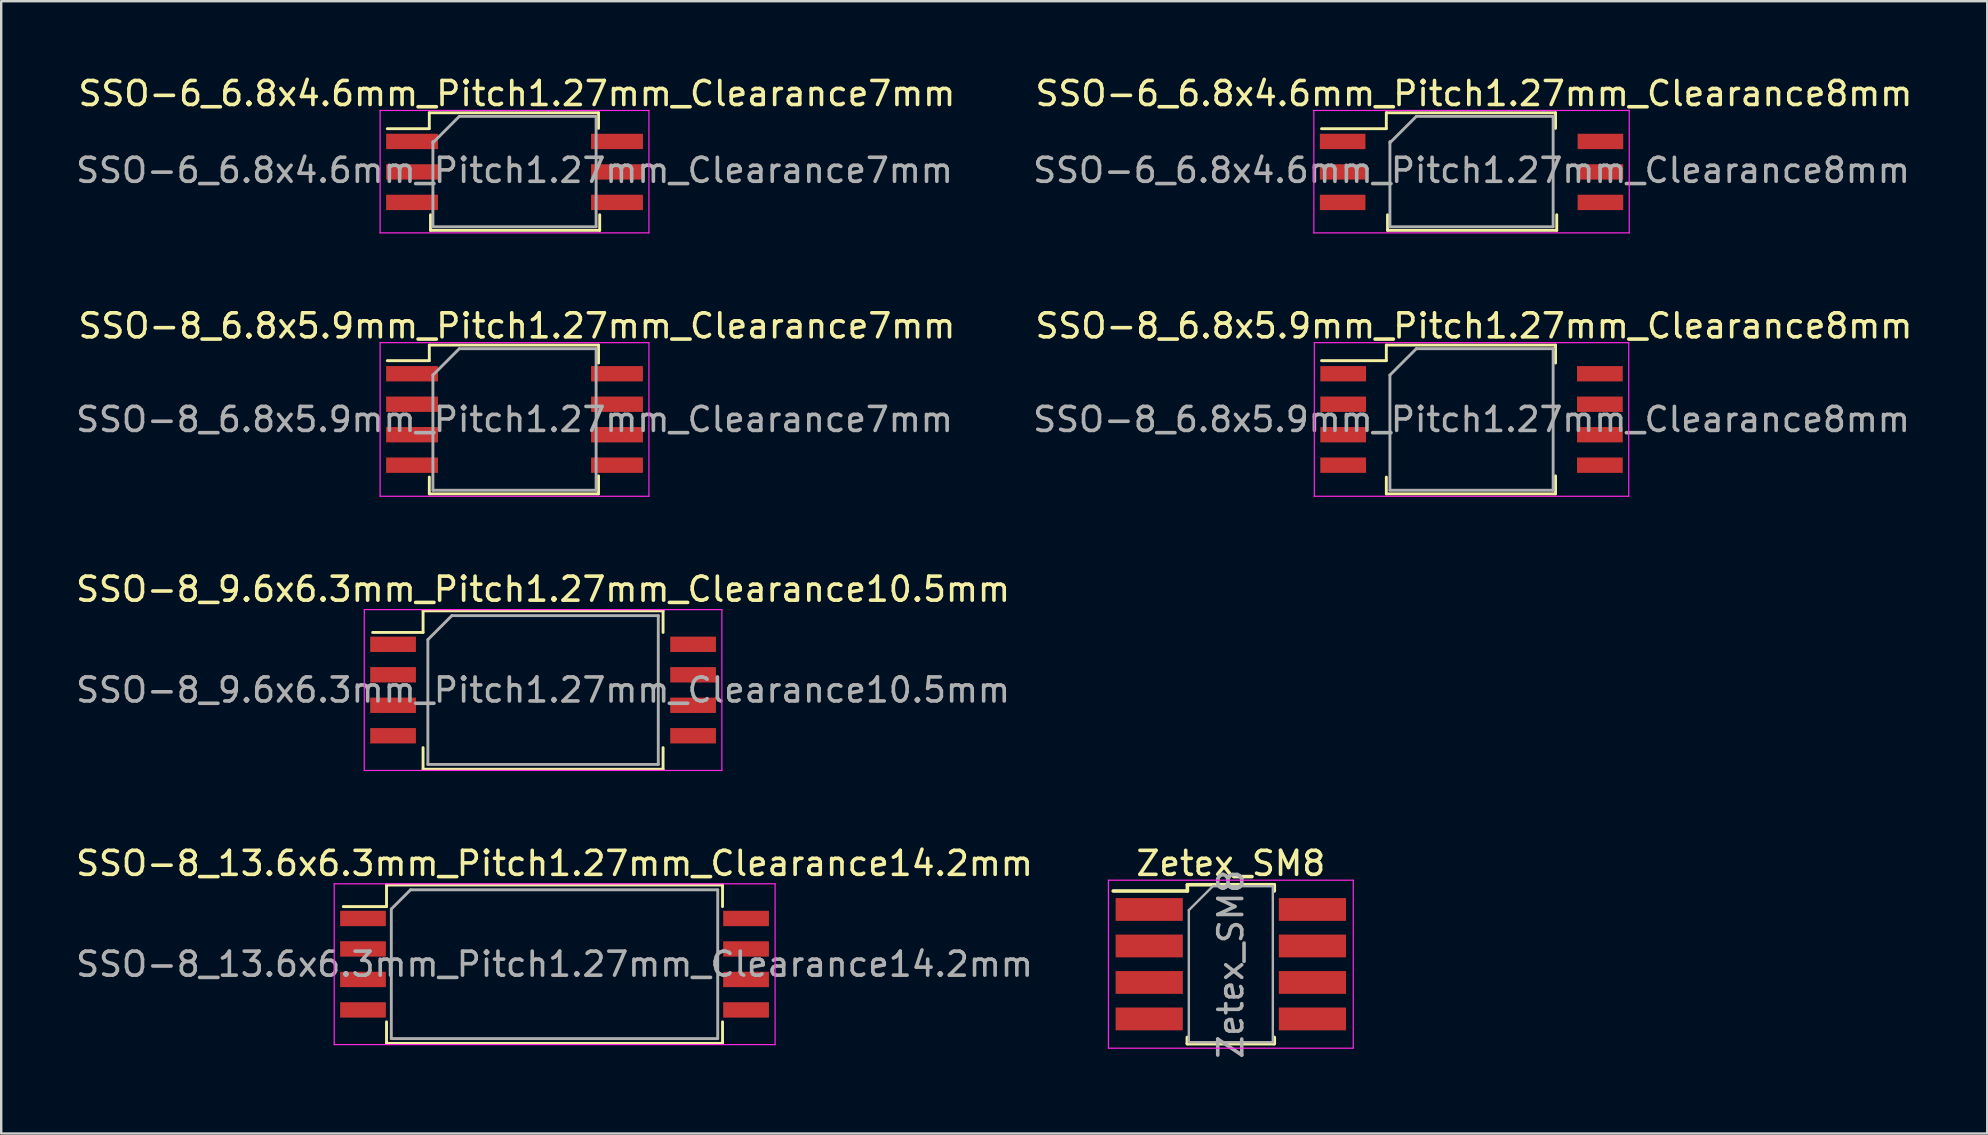
<source format=kicad_pcb>
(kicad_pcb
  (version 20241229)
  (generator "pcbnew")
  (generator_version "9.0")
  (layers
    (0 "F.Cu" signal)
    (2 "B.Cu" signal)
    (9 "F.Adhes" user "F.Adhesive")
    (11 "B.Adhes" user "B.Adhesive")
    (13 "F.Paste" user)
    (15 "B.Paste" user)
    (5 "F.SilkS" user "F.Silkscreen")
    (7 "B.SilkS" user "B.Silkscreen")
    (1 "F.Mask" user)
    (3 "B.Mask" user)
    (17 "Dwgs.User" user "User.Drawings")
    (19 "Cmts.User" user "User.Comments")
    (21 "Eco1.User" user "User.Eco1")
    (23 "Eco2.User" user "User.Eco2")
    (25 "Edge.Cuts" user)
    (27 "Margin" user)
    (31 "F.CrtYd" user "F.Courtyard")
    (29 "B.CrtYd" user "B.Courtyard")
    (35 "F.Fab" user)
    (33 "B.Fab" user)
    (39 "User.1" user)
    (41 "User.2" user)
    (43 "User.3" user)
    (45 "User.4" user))
  (footprint "SSO-6_6.8x4.6mm_Pitch1.27mm_Clearance7mm"
    (layer "F.Cu")
    (at 18.387 4.113)
    (property "Reference" "SSO-6_6.8x4.6mm_Pitch1.27mm_Clearance7mm" (at 0.1 -3.265 0) (layer "F.SilkS") (effects (font (size 1 1) (thickness 0.15))))
    (attr smd)
    (fp_line (start -3.55 -2.465) (end -3.55 -1.815) (stroke (width 0.12) (type solid)) (layer "F.SilkS"))
    (fp_line (start -3.55 -1.8) (end -5.3 -1.8) (stroke (width 0.12) (type solid)) (layer "F.SilkS"))
    (fp_line (start -3.5 1.785) (end -3.5 2.435) (stroke (width 0.12) (type solid)) (layer "F.SilkS"))
    (fp_line (start -3.5 2.435) (end 3.55 2.435) (stroke (width 0.12) (type solid)) (layer "F.SilkS"))
    (fp_line (start 3.5 -2.465) (end -3.55 -2.465) (stroke (width 0.12) (type solid)) (layer "F.SilkS"))
    (fp_line (start 3.5 -2.465) (end 3.5 -1.815) (stroke (width 0.12) (type solid)) (layer "F.SilkS"))
    (fp_line (start 3.55 1.785) (end 3.55 2.435) (stroke (width 0.12) (type solid)) (layer "F.SilkS"))
    (fp_line (start -5.6 -2.56) (end -5.6 2.54) (stroke (width 0.05) (type solid)) (layer "F.CrtYd"))
    (fp_line (start -5.6 -2.56) (end 5.6 -2.56) (stroke (width 0.05) (type solid)) (layer "F.CrtYd"))
    (fp_line (start 5.6 2.54) (end -5.6 2.54) (stroke (width 0.05) (type solid)) (layer "F.CrtYd"))
    (fp_line (start 5.6 2.54) (end 5.6 -2.56) (stroke (width 0.05) (type solid)) (layer "F.CrtYd"))
    (fp_line (start -3.4 2.285) (end -3.4 -1.265) (stroke (width 0.12) (type solid)) (layer "F.Fab"))
    (fp_line (start -2.3 -2.315) (end -3.4 -1.215) (stroke (width 0.12) (type solid)) (layer "F.Fab"))
    (fp_line (start 3.4 -2.315) (end -2.3 -2.315) (stroke (width 0.12) (type solid)) (layer "F.Fab"))
    (fp_line (start 3.4 -2.315) (end 3.4 2.285) (stroke (width 0.12) (type solid)) (layer "F.Fab"))
    (fp_line (start 3.4 2.285) (end -3.4 2.285) (stroke (width 0.12) (type solid)) (layer "F.Fab"))
    (fp_text user "${REFERENCE}" (at 0 -0.065 0) (layer "F.Fab") (effects (font (size 1 1) (thickness 0.15))))
    (pad "1" smd rect (at -4.27 -1.27) (size 2.16 0.64) (layers "F.Cu" "F.Mask" "F.Paste"))
    (pad "2" smd rect (at -4.27 0) (size 2.16 0.64) (layers "F.Cu" "F.Mask" "F.Paste"))
    (pad "3" smd rect (at -4.27 1.27) (size 2.16 0.64) (layers "F.Cu" "F.Mask" "F.Paste"))
    (pad "4" smd rect (at 4.27 1.27) (size 2.16 0.64) (layers "F.Cu" "F.Mask" "F.Paste"))
    (pad "5" smd rect (at 4.27 0) (size 2.16 0.64) (layers "F.Cu" "F.Mask" "F.Paste"))
    (pad "6" smd rect (at 4.27 -1.27) (size 2.16 0.64) (layers "F.Cu" "F.Mask" "F.Paste")))
  (footprint "SSO-6_6.8x4.6mm_Pitch1.27mm_Clearance8mm"
    (layer "F.Cu")
    (at 58.261 4.113)
    (property "Reference" "SSO-6_6.8x4.6mm_Pitch1.27mm_Clearance8mm" (at 0.1 -3.265 0) (layer "F.SilkS") (effects (font (size 1 1) (thickness 0.15))))
    (attr smd)
    (fp_line (start -3.55 -2.465) (end -3.55 -1.815) (stroke (width 0.12) (type solid)) (layer "F.SilkS"))
    (fp_line (start -3.55 -1.8) (end -6.25 -1.8) (stroke (width 0.12) (type solid)) (layer "F.SilkS"))
    (fp_line (start -3.5 1.785) (end -3.5 2.435) (stroke (width 0.12) (type solid)) (layer "F.SilkS"))
    (fp_line (start -3.5 2.435) (end 3.55 2.435) (stroke (width 0.12) (type solid)) (layer "F.SilkS"))
    (fp_line (start 3.5 -2.465) (end -3.55 -2.465) (stroke (width 0.12) (type solid)) (layer "F.SilkS"))
    (fp_line (start 3.5 -2.465) (end 3.5 -1.815) (stroke (width 0.12) (type solid)) (layer "F.SilkS"))
    (fp_line (start 3.55 1.785) (end 3.55 2.435) (stroke (width 0.12) (type solid)) (layer "F.SilkS"))
    (fp_line (start -6.57 -2.56) (end -6.57 2.54) (stroke (width 0.05) (type solid)) (layer "F.CrtYd"))
    (fp_line (start -6.57 -2.56) (end 6.57 -2.56) (stroke (width 0.05) (type solid)) (layer "F.CrtYd"))
    (fp_line (start 6.57 2.54) (end -6.57 2.54) (stroke (width 0.05) (type solid)) (layer "F.CrtYd"))
    (fp_line (start 6.57 2.54) (end 6.57 -2.56) (stroke (width 0.05) (type solid)) (layer "F.CrtYd"))
    (fp_line (start -3.4 2.285) (end -3.4 -1.265) (stroke (width 0.12) (type solid)) (layer "F.Fab"))
    (fp_line (start -2.3 -2.315) (end -3.4 -1.215) (stroke (width 0.12) (type solid)) (layer "F.Fab"))
    (fp_line (start 3.4 -2.315) (end -2.3 -2.315) (stroke (width 0.12) (type solid)) (layer "F.Fab"))
    (fp_line (start 3.4 -2.315) (end 3.4 2.285) (stroke (width 0.12) (type solid)) (layer "F.Fab"))
    (fp_line (start 3.4 2.285) (end -3.4 2.285) (stroke (width 0.12) (type solid)) (layer "F.Fab"))
    (fp_text user "${REFERENCE}" (at 0 -0.065 0) (layer "F.Fab") (effects (font (size 1 1) (thickness 0.15))))
    (pad "1" smd rect (at -5.37 -1.27) (size 1.9 0.64) (layers "F.Cu" "F.Mask" "F.Paste"))
    (pad "2" smd rect (at -5.37 0) (size 1.9 0.64) (layers "F.Cu" "F.Mask" "F.Paste"))
    (pad "3" smd rect (at -5.37 1.27) (size 1.9 0.64) (layers "F.Cu" "F.Mask" "F.Paste"))
    (pad "4" smd rect (at 5.37 1.27) (size 1.9 0.64) (layers "F.Cu" "F.Mask" "F.Paste"))
    (pad "5" smd rect (at 5.37 0) (size 1.9 0.64) (layers "F.Cu" "F.Mask" "F.Paste"))
    (pad "6" smd rect (at 5.37 -1.27) (size 1.9 0.64) (layers "F.Cu" "F.Mask" "F.Paste")))
  (footprint "SSO-8_13.6x6.3mm_Pitch1.27mm_Clearance14.2mm"
    (layer "F.Cu")
    (at 20.054 37.123)
    (property "Reference" "SSO-8_13.6x6.3mm_Pitch1.27mm_Clearance14.2mm" (at 0 -4.2 0) (layer "F.SilkS") (effects (font (size 1 1) (thickness 0.15))))
    (attr smd)
    (fp_line (start -8.8 -2.4) (end -7 -2.4) (stroke (width 0.12) (type solid)) (layer "F.SilkS"))
    (fp_line (start -7 -3.3) (end 7 -3.3) (stroke (width 0.12) (type solid)) (layer "F.SilkS"))
    (fp_line (start -7 -2.4) (end -7 -3.3) (stroke (width 0.12) (type solid)) (layer "F.SilkS"))
    (fp_line (start -7 3.3) (end -7 2.4) (stroke (width 0.12) (type solid)) (layer "F.SilkS"))
    (fp_line (start 7 -3.3) (end 7 -2.4) (stroke (width 0.12) (type solid)) (layer "F.SilkS"))
    (fp_line (start 7 2.4) (end 7 3.3) (stroke (width 0.12) (type solid)) (layer "F.SilkS"))
    (fp_line (start 7 3.3) (end -7 3.3) (stroke (width 0.12) (type solid)) (layer "F.SilkS"))
    (fp_line (start -9.18 -3.35) (end -9.18 3.35) (stroke (width 0.05) (type solid)) (layer "F.CrtYd"))
    (fp_line (start -9.18 -3.35) (end 9.19 -3.35) (stroke (width 0.05) (type solid)) (layer "F.CrtYd"))
    (fp_line (start 9.19 3.35) (end -9.18 3.35) (stroke (width 0.05) (type solid)) (layer "F.CrtYd"))
    (fp_line (start 9.19 3.35) (end 9.19 -3.35) (stroke (width 0.05) (type solid)) (layer "F.CrtYd"))
    (fp_line (start -6.8 -2.3) (end -6.8 3.1) (stroke (width 0.12) (type solid)) (layer "F.Fab"))
    (fp_line (start -6.8 3.1) (end 6.8 3.1) (stroke (width 0.12) (type solid)) (layer "F.Fab"))
    (fp_line (start -6 -3.1) (end -6.8 -2.3) (stroke (width 0.12) (type solid)) (layer "F.Fab"))
    (fp_line (start 6.8 -3.1) (end -6 -3.1) (stroke (width 0.12) (type solid)) (layer "F.Fab"))
    (fp_line (start 6.8 3.1) (end 6.8 -3.1) (stroke (width 0.12) (type solid)) (layer "F.Fab"))
    (fp_text user "${REFERENCE}" (at 0 0 0) (layer "F.Fab") (effects (font (size 1 1) (thickness 0.15))))
    (pad "1" smd rect (at -7.98 -1.905) (size 1.905 0.64) (layers "F.Cu" "F.Mask" "F.Paste"))
    (pad "2" smd rect (at -7.98 -0.635) (size 1.905 0.64) (layers "F.Cu" "F.Mask" "F.Paste"))
    (pad "3" smd rect (at -7.98 0.635) (size 1.905 0.64) (layers "F.Cu" "F.Mask" "F.Paste"))
    (pad "4" smd rect (at -7.98 1.905) (size 1.905 0.64) (layers "F.Cu" "F.Mask" "F.Paste"))
    (pad "5" smd rect (at 7.98 1.905) (size 1.905 0.64) (layers "F.Cu" "F.Mask" "F.Paste"))
    (pad "6" smd rect (at 7.98 0.635) (size 1.905 0.64) (layers "F.Cu" "F.Mask" "F.Paste"))
    (pad "7" smd rect (at 7.98 -0.635) (size 1.905 0.64) (layers "F.Cu" "F.Mask" "F.Paste"))
    (pad "8" smd rect (at 7.98 -1.905) (size 1.905 0.64) (layers "F.Cu" "F.Mask" "F.Paste")))
  (footprint "SSO-8_6.8x5.9mm_Pitch1.27mm_Clearance8mm"
    (layer "F.Cu")
    (at 58.261 14.427)
    (property "Reference" "SSO-8_6.8x5.9mm_Pitch1.27mm_Clearance8mm" (at 0.1 -3.9 0) (layer "F.SilkS") (effects (font (size 1 1) (thickness 0.15))))
    (attr smd)
    (fp_line (start -3.55 -3.1) (end -3.55 -2.45) (stroke (width 0.12) (type solid)) (layer "F.SilkS"))
    (fp_line (start -3.55 -2.45) (end -6.25 -2.45) (stroke (width 0.12) (type solid)) (layer "F.SilkS"))
    (fp_line (start -3.55 2.4) (end -3.55 3.1) (stroke (width 0.12) (type solid)) (layer "F.SilkS"))
    (fp_line (start -3.55 3.1) (end 3.5 3.1) (stroke (width 0.12) (type solid)) (layer "F.SilkS"))
    (fp_line (start 3.5 -3.1) (end -3.55 -3.1) (stroke (width 0.12) (type solid)) (layer "F.SilkS"))
    (fp_line (start 3.5 -2.35) (end 3.5 -3.1) (stroke (width 0.12) (type solid)) (layer "F.SilkS"))
    (fp_line (start 3.5 3.1) (end 3.5 2.35) (stroke (width 0.12) (type solid)) (layer "F.SilkS"))
    (fp_line (start -6.55 -3.2) (end -6.55 3.2) (stroke (width 0.05) (type solid)) (layer "F.CrtYd"))
    (fp_line (start -6.55 -3.2) (end 6.55 -3.2) (stroke (width 0.05) (type solid)) (layer "F.CrtYd"))
    (fp_line (start 6.55 3.2) (end -6.55 3.2) (stroke (width 0.05) (type solid)) (layer "F.CrtYd"))
    (fp_line (start 6.55 3.2) (end 6.55 -3.2) (stroke (width 0.05) (type solid)) (layer "F.CrtYd"))
    (fp_line (start -3.4 -1.85) (end -3.4 2.95) (stroke (width 0.12) (type solid)) (layer "F.Fab"))
    (fp_line (start -3.4 2.95) (end 3.4 2.95) (stroke (width 0.12) (type solid)) (layer "F.Fab"))
    (fp_line (start -2.3 -2.95) (end -3.4 -1.85) (stroke (width 0.12) (type solid)) (layer "F.Fab"))
    (fp_line (start 3.4 -2.95) (end -2.3 -2.95) (stroke (width 0.12) (type solid)) (layer "F.Fab"))
    (fp_line (start 3.4 2.95) (end 3.4 -2.95) (stroke (width 0.12) (type solid)) (layer "F.Fab"))
    (fp_text user "${REFERENCE}" (at 0 0 0) (layer "F.Fab") (effects (font (size 1 1) (thickness 0.15))))
    (pad "1" smd rect (at -5.348 -1.905) (size 1.905 0.64) (layers "F.Cu" "F.Mask" "F.Paste"))
    (pad "2" smd rect (at -5.348 -0.635) (size 1.905 0.64) (layers "F.Cu" "F.Mask" "F.Paste"))
    (pad "3" smd rect (at -5.348 0.635) (size 1.905 0.64) (layers "F.Cu" "F.Mask" "F.Paste"))
    (pad "4" smd rect (at -5.348 1.905) (size 1.905 0.64) (layers "F.Cu" "F.Mask" "F.Paste"))
    (pad "5" smd rect (at 5.348 1.905) (size 1.905 0.64) (layers "F.Cu" "F.Mask" "F.Paste"))
    (pad "6" smd rect (at 5.348 0.635) (size 1.905 0.64) (layers "F.Cu" "F.Mask" "F.Paste"))
    (pad "7" smd rect (at 5.348 -0.635) (size 1.905 0.64) (layers "F.Cu" "F.Mask" "F.Paste"))
    (pad "8" smd rect (at 5.348 -1.905) (size 1.905 0.64) (layers "F.Cu" "F.Mask" "F.Paste")))
  (footprint "Zetex_SM8"
    (layer "F.Cu")
    (at 48.232 37.123)
    (property "Reference" "Zetex_SM8" (at 0 -4.2 0) (layer "F.SilkS") (effects (font (size 1 1) (thickness 0.15))))
    (attr smd)
    (fp_line (start -1.81 -3.31) (end -1.81 -3.05) (stroke (width 0.15) (type solid)) (layer "F.SilkS"))
    (fp_line (start -1.81 -3.31) (end 1.81 -3.31) (stroke (width 0.15) (type solid)) (layer "F.SilkS"))
    (fp_line (start -1.81 -3.05) (end -4.9 -3.05) (stroke (width 0.15) (type solid)) (layer "F.SilkS"))
    (fp_line (start -1.81 3.31) (end -1.81 3.05) (stroke (width 0.15) (type solid)) (layer "F.SilkS"))
    (fp_line (start -1.81 3.31) (end 1.81 3.31) (stroke (width 0.15) (type solid)) (layer "F.SilkS"))
    (fp_line (start 1.81 -3.31) (end 1.81 -3.05) (stroke (width 0.15) (type solid)) (layer "F.SilkS"))
    (fp_line (start 1.81 3.31) (end 1.81 3.05) (stroke (width 0.15) (type solid)) (layer "F.SilkS"))
    (fp_line (start -5.1 -3.5) (end -5.1 3.5) (stroke (width 0.05) (type solid)) (layer "F.CrtYd"))
    (fp_line (start -5.1 -3.5) (end 5.1 -3.5) (stroke (width 0.05) (type solid)) (layer "F.CrtYd"))
    (fp_line (start -5.1 3.5) (end 5.1 3.5) (stroke (width 0.05) (type solid)) (layer "F.CrtYd"))
    (fp_line (start 5.1 -3.5) (end 5.1 3.5) (stroke (width 0.05) (type solid)) (layer "F.CrtYd"))
    (fp_line (start -1.75 -2.25) (end -0.75 -3.25) (stroke (width 0.1) (type solid)) (layer "F.Fab"))
    (fp_line (start -1.75 3.25) (end -1.75 -2.25) (stroke (width 0.1) (type solid)) (layer "F.Fab"))
    (fp_line (start -0.75 -3.25) (end 1.75 -3.25) (stroke (width 0.1) (type solid)) (layer "F.Fab"))
    (fp_line (start 1.75 -3.25) (end 1.75 3.25) (stroke (width 0.1) (type solid)) (layer "F.Fab"))
    (fp_line (start 1.75 3.25) (end -1.75 3.25) (stroke (width 0.1) (type solid)) (layer "F.Fab"))
    (fp_text user "${REFERENCE}" (at 0 0 90) (layer "F.Fab") (effects (font (size 1 1) (thickness 0.15))))
    (pad "1" smd rect (at -3.4 -2.28) (size 2.8 0.95) (layers "F.Cu" "F.Mask" "F.Paste"))
    (pad "2" smd rect (at -3.4 -0.76) (size 2.8 0.95) (layers "F.Cu" "F.Mask" "F.Paste"))
    (pad "3" smd rect (at -3.4 0.76) (size 2.8 0.95) (layers "F.Cu" "F.Mask" "F.Paste"))
    (pad "4" smd rect (at -3.4 2.28) (size 2.8 0.95) (layers "F.Cu" "F.Mask" "F.Paste"))
    (pad "5" smd rect (at 3.4 2.28) (size 2.8 0.95) (layers "F.Cu" "F.Mask" "F.Paste"))
    (pad "6" smd rect (at 3.4 0.76) (size 2.8 0.95) (layers "F.Cu" "F.Mask" "F.Paste"))
    (pad "7" smd rect (at 3.4 -0.76) (size 2.8 0.95) (layers "F.Cu" "F.Mask" "F.Paste"))
    (pad "8" smd rect (at 3.4 -2.28) (size 2.8 0.95) (layers "F.Cu" "F.Mask" "F.Paste")))
  (footprint "SSO-8_9.6x6.3mm_Pitch1.27mm_Clearance10.5mm"
    (layer "F.Cu")
    (at 19.577 25.7)
    (property "Reference" "SSO-8_9.6x6.3mm_Pitch1.27mm_Clearance10.5mm" (at 0 -4.2 0) (layer "F.SilkS") (effects (font (size 1 1) (thickness 0.15))))
    (attr smd)
    (fp_line (start -7.1 -2.4) (end -5 -2.4) (stroke (width 0.12) (type solid)) (layer "F.SilkS"))
    (fp_line (start -5 -3.3) (end 5 -3.3) (stroke (width 0.12) (type solid)) (layer "F.SilkS"))
    (fp_line (start -5 -2.4) (end -5 -3.3) (stroke (width 0.12) (type solid)) (layer "F.SilkS"))
    (fp_line (start -5 3.3) (end -5 2.4) (stroke (width 0.12) (type solid)) (layer "F.SilkS"))
    (fp_line (start 5 -3.3) (end 5 -2.4) (stroke (width 0.12) (type solid)) (layer "F.SilkS"))
    (fp_line (start 5 2.4) (end 5 3.3) (stroke (width 0.12) (type solid)) (layer "F.SilkS"))
    (fp_line (start 5 3.3) (end -5 3.3) (stroke (width 0.12) (type solid)) (layer "F.SilkS"))
    (fp_line (start -7.45 -3.35) (end -7.45 3.35) (stroke (width 0.05) (type solid)) (layer "F.CrtYd"))
    (fp_line (start -7.45 -3.35) (end 7.45 -3.35) (stroke (width 0.05) (type solid)) (layer "F.CrtYd"))
    (fp_line (start 7.45 3.35) (end -7.45 3.35) (stroke (width 0.05) (type solid)) (layer "F.CrtYd"))
    (fp_line (start 7.45 3.35) (end 7.45 -3.35) (stroke (width 0.05) (type solid)) (layer "F.CrtYd"))
    (fp_line (start -4.8 -2.1) (end -4.8 3.1) (stroke (width 0.12) (type solid)) (layer "F.Fab"))
    (fp_line (start -4.8 3.1) (end 4.8 3.1) (stroke (width 0.12) (type solid)) (layer "F.Fab"))
    (fp_line (start -3.8 -3.1) (end -4.8 -2.1) (stroke (width 0.12) (type solid)) (layer "F.Fab"))
    (fp_line (start 4.8 -3.1) (end -3.8 -3.1) (stroke (width 0.12) (type solid)) (layer "F.Fab"))
    (fp_line (start 4.8 3.1) (end 4.8 -3.1) (stroke (width 0.12) (type solid)) (layer "F.Fab"))
    (fp_text user "${REFERENCE}" (at 0 0 0) (layer "F.Fab") (effects (font (size 1 1) (thickness 0.15))))
    (pad "1" smd rect (at -6.25 -1.905) (size 1.905 0.64) (layers "F.Cu" "F.Mask" "F.Paste"))
    (pad "2" smd rect (at -6.25 -0.635) (size 1.905 0.64) (layers "F.Cu" "F.Mask" "F.Paste"))
    (pad "3" smd rect (at -6.25 0.635) (size 1.905 0.64) (layers "F.Cu" "F.Mask" "F.Paste"))
    (pad "4" smd rect (at -6.25 1.905) (size 1.905 0.64) (layers "F.Cu" "F.Mask" "F.Paste"))
    (pad "5" smd rect (at 6.25 1.905) (size 1.905 0.64) (layers "F.Cu" "F.Mask" "F.Paste"))
    (pad "6" smd rect (at 6.25 0.635) (size 1.905 0.64) (layers "F.Cu" "F.Mask" "F.Paste"))
    (pad "7" smd rect (at 6.25 -0.635) (size 1.905 0.64) (layers "F.Cu" "F.Mask" "F.Paste"))
    (pad "8" smd rect (at 6.25 -1.905) (size 1.905 0.64) (layers "F.Cu" "F.Mask" "F.Paste")))
  (footprint "SSO-8_6.8x5.9mm_Pitch1.27mm_Clearance7mm"
    (layer "F.Cu")
    (at 18.387 14.427)
    (property "Reference" "SSO-8_6.8x5.9mm_Pitch1.27mm_Clearance7mm" (at 0.1 -3.9 0) (layer "F.SilkS") (effects (font (size 1 1) (thickness 0.15))))
    (attr smd)
    (fp_line (start -3.55 -3.1) (end -3.55 -2.45) (stroke (width 0.12) (type solid)) (layer "F.SilkS"))
    (fp_line (start -3.55 -2.45) (end -5.3 -2.45) (stroke (width 0.12) (type solid)) (layer "F.SilkS"))
    (fp_line (start -3.55 2.4) (end -3.55 3.1) (stroke (width 0.12) (type solid)) (layer "F.SilkS"))
    (fp_line (start -3.55 3.1) (end 3.5 3.1) (stroke (width 0.12) (type solid)) (layer "F.SilkS"))
    (fp_line (start 3.5 -3.1) (end -3.55 -3.1) (stroke (width 0.12) (type solid)) (layer "F.SilkS"))
    (fp_line (start 3.5 -2.35) (end 3.5 -3.1) (stroke (width 0.12) (type solid)) (layer "F.SilkS"))
    (fp_line (start 3.5 3.1) (end 3.5 2.35) (stroke (width 0.12) (type solid)) (layer "F.SilkS"))
    (fp_line (start -5.6 -3.2) (end -5.6 3.2) (stroke (width 0.05) (type solid)) (layer "F.CrtYd"))
    (fp_line (start -5.6 -3.2) (end 5.6 -3.2) (stroke (width 0.05) (type solid)) (layer "F.CrtYd"))
    (fp_line (start 5.6 3.2) (end -5.6 3.2) (stroke (width 0.05) (type solid)) (layer "F.CrtYd"))
    (fp_line (start 5.6 3.2) (end 5.6 -3.2) (stroke (width 0.05) (type solid)) (layer "F.CrtYd"))
    (fp_line (start -3.4 -1.85) (end -3.4 2.95) (stroke (width 0.12) (type solid)) (layer "F.Fab"))
    (fp_line (start -3.4 2.95) (end 3.4 2.95) (stroke (width 0.12) (type solid)) (layer "F.Fab"))
    (fp_line (start -2.3 -2.95) (end -3.4 -1.85) (stroke (width 0.12) (type solid)) (layer "F.Fab"))
    (fp_line (start 3.4 -2.95) (end -2.3 -2.95) (stroke (width 0.12) (type solid)) (layer "F.Fab"))
    (fp_line (start 3.4 2.95) (end 3.4 -2.95) (stroke (width 0.12) (type solid)) (layer "F.Fab"))
    (fp_text user "${REFERENCE}" (at 0 0 0) (layer "F.Fab") (effects (font (size 1 1) (thickness 0.15))))
    (pad "1" smd rect (at -4.27 -1.905) (size 2.16 0.64) (layers "F.Cu" "F.Mask" "F.Paste"))
    (pad "2" smd rect (at -4.27 -0.635) (size 2.16 0.64) (layers "F.Cu" "F.Mask" "F.Paste"))
    (pad "3" smd rect (at -4.27 0.635) (size 2.16 0.64) (layers "F.Cu" "F.Mask" "F.Paste"))
    (pad "4" smd rect (at -4.27 1.905) (size 2.16 0.64) (layers "F.Cu" "F.Mask" "F.Paste"))
    (pad "5" smd rect (at 4.27 1.905) (size 2.16 0.64) (layers "F.Cu" "F.Mask" "F.Paste"))
    (pad "6" smd rect (at 4.27 0.635) (size 2.16 0.64) (layers "F.Cu" "F.Mask" "F.Paste"))
    (pad "7" smd rect (at 4.27 -0.635) (size 2.16 0.64) (layers "F.Cu" "F.Mask" "F.Paste"))
    (pad "8" smd rect (at 4.27 -1.905) (size 2.16 0.64) (layers "F.Cu" "F.Mask" "F.Paste")))
  (gr_rect
    (start -3 -3)
    (end 79.748 44.177)
    (stroke (width 0.1) (type default))
    (fill no)
    (layer "Edge.Cuts")))
</source>
